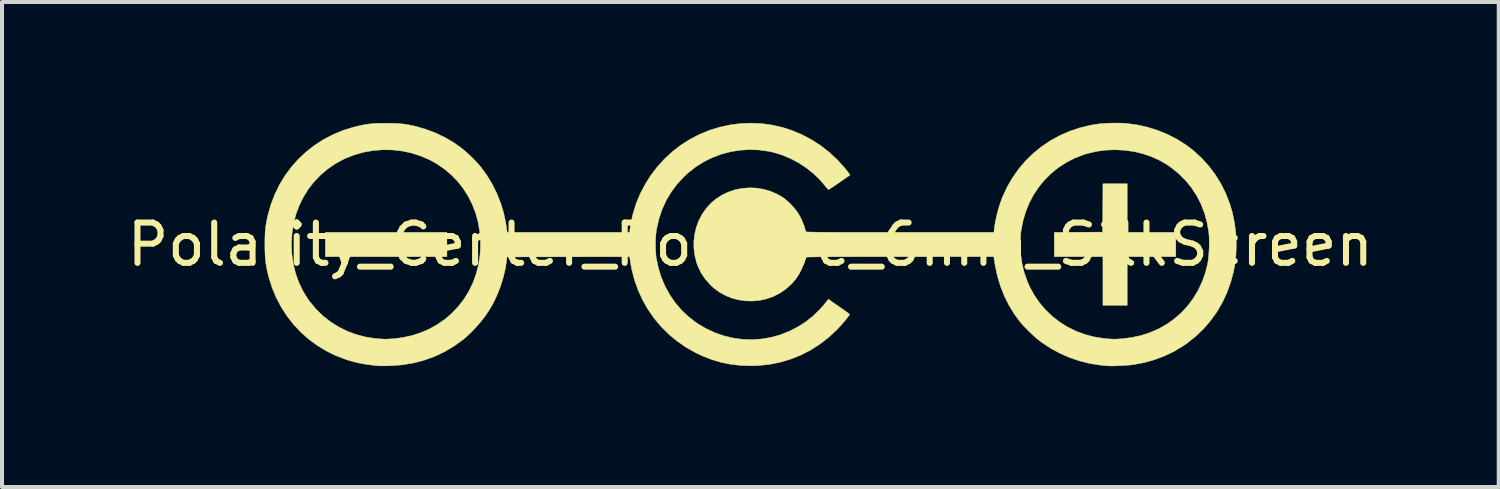
<source format=kicad_pcb>
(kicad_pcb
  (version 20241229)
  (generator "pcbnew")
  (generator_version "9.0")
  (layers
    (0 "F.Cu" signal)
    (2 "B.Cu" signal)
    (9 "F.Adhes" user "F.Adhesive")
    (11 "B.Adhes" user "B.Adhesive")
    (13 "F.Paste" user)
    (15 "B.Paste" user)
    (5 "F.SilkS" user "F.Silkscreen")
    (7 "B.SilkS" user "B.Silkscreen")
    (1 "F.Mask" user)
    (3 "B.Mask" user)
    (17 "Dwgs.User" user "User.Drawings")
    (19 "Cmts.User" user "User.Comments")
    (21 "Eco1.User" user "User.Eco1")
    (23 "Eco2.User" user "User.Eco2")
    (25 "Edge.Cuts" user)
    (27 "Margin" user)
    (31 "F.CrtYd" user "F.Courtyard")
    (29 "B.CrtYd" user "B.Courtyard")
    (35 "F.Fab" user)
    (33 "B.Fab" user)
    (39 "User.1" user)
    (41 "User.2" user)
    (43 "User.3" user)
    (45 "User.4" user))
  (footprint "Polarity_Center_Positive_6mm_SilkScreen"
    (layer "F.Cu")
    (at 15.577 3.02)
    (property "Reference" "Polarity_Center_Positive_6mm_SilkScreen" (at 0 0 0) (layer "F.SilkS") (effects (font (size 1 1) (thickness 0.15))))
    (attr exclude_from_pos_files exclude_from_bom allow_missing_courtyard)
    (fp_poly (pts (xy -7.532 0.302) (xy -10.55 0.302) (xy -10.55 -0.302) (xy -7.532 -0.302) (xy -7.532 0.302)) (stroke (width 0.01) (type solid)) (fill yes) (layer "F.SilkS"))
    (fp_poly (pts (xy 9.355 -0.302) (xy 10.562 -0.302) (xy 10.562 0.302) (xy 9.355 0.302) (xy 9.355 1.509) (xy 8.752 1.509) (xy 8.752 0.302) (xy 7.545 0.302) (xy 7.545 -0.302) (xy 8.145 -0.305) (xy 8.745 -0.308) (xy 8.749 -0.908) (xy 8.752 -1.509) (xy 9.355 -1.509) (xy 9.355 -0.302)) (stroke (width 0.01) (type solid)) (fill yes) (layer "F.SilkS"))
    (fp_poly (pts (xy 9.175 -3.015) (xy 9.284 -3.01) (xy 9.337 -3.006) (xy 9.605 -2.97) (xy 9.869 -2.911) (xy 10.125 -2.829) (xy 10.371 -2.727) (xy 10.606 -2.605) (xy 10.827 -2.464) (xy 11.002 -2.329) (xy 11.202 -2.146) (xy 11.382 -1.947) (xy 11.543 -1.733) (xy 11.684 -1.505) (xy 11.803 -1.264) (xy 11.901 -1.012) (xy 11.965 -0.798) (xy 12.018 -0.544) (xy 12.052 -0.282) (xy 12.064 -0.017) (xy 12.056 0.245) (xy 12.027 0.501) (xy 11.995 0.671) (xy 11.923 0.94) (xy 11.83 1.197) (xy 11.715 1.442) (xy 11.581 1.673) (xy 11.426 1.889) (xy 11.252 2.091) (xy 11.06 2.275) (xy 10.85 2.443) (xy 10.762 2.505) (xy 10.53 2.646) (xy 10.288 2.764) (xy 10.035 2.859) (xy 9.771 2.933) (xy 9.515 2.981) (xy 9.451 2.989) (xy 9.371 2.996) (xy 9.282 3.002) (xy 9.188 3.008) (xy 9.095 3.011) (xy 9.008 3.014) (xy 8.933 3.014) (xy 8.874 3.012) (xy 8.852 3.011) (xy 8.821 3.007) (xy 8.773 3.002) (xy 8.714 2.996) (xy 8.676 2.992) (xy 8.428 2.954) (xy 8.179 2.892) (xy 7.933 2.809) (xy 7.695 2.706) (xy 7.466 2.583) (xy 7.252 2.443) (xy 7.123 2.345) (xy 7.041 2.274) (xy 6.951 2.191) (xy 6.861 2.1) (xy 6.775 2.011) (xy 6.703 1.928) (xy 6.694 1.918) (xy 6.548 1.719) (xy 6.417 1.503) (xy 6.303 1.273) (xy 6.208 1.031) (xy 6.132 0.78) (xy 6.077 0.523) (xy 6.066 0.456) (xy 6.044 0.302) (xy 3.713 0.302) (xy 3.419 0.302) (xy 3.148 0.302) (xy 2.901 0.302) (xy 2.677 0.302) (xy 2.474 0.303) (xy 2.291 0.303) (xy 2.129 0.304) (xy 1.985 0.304) (xy 1.859 0.305) (xy 1.749 0.306) (xy 1.656 0.307) (xy 1.578 0.308) (xy 1.515 0.309) (xy 1.464 0.31) (xy 1.426 0.312) (xy 1.4 0.313) (xy 1.384 0.315) (xy 1.378 0.317) (xy 1.378 0.318) (xy 1.327 0.476) (xy 1.271 0.615) (xy 1.207 0.737) (xy 1.133 0.848) (xy 1.046 0.953) (xy 1.007 0.994) (xy 0.871 1.113) (xy 0.724 1.212) (xy 0.567 1.291) (xy 0.402 1.349) (xy 0.232 1.386) (xy 0.058 1.403) (xy -0.115 1.399) (xy -0.288 1.375) (xy -0.456 1.331) (xy -0.618 1.266) (xy -0.772 1.18) (xy -0.915 1.074) (xy -0.997 0.997) (xy -1.119 0.858) (xy -1.218 0.712) (xy -1.295 0.557) (xy -1.327 0.473) (xy -1.375 0.291) (xy -1.4 0.108) (xy -1.402 0.004) (xy 6.702 0.004) (xy 6.713 0.248) (xy 6.745 0.48) (xy 6.8 0.704) (xy 6.878 0.922) (xy 6.935 1.05) (xy 7.048 1.258) (xy 7.181 1.45) (xy 7.331 1.626) (xy 7.498 1.785) (xy 7.681 1.926) (xy 7.877 2.048) (xy 8.086 2.151) (xy 8.306 2.233) (xy 8.536 2.293) (xy 8.775 2.331) (xy 8.915 2.343) (xy 8.96 2.346) (xy 9 2.348) (xy 9.016 2.349) (xy 9.04 2.349) (xy 9.083 2.347) (xy 9.14 2.344) (xy 9.205 2.34) (xy 9.219 2.339) (xy 9.466 2.309) (xy 9.703 2.257) (xy 9.929 2.183) (xy 10.143 2.089) (xy 10.343 1.975) (xy 10.53 1.841) (xy 10.702 1.69) (xy 10.857 1.522) (xy 10.995 1.337) (xy 11.115 1.137) (xy 11.216 0.923) (xy 11.297 0.695) (xy 11.349 0.49) (xy 11.365 0.396) (xy 11.377 0.284) (xy 11.386 0.16) (xy 11.391 0.033) (xy 11.392 -0.091) (xy 11.388 -0.205) (xy 11.38 -0.298) (xy 11.338 -0.545) (xy 11.274 -0.779) (xy 11.188 -1.002) (xy 11.08 -1.212) (xy 10.952 -1.409) (xy 10.803 -1.592) (xy 10.634 -1.76) (xy 10.445 -1.913) (xy 10.361 -1.971) (xy 10.169 -2.085) (xy 9.963 -2.179) (xy 9.747 -2.253) (xy 9.522 -2.307) (xy 9.291 -2.34) (xy 9.058 -2.352) (xy 8.824 -2.343) (xy 8.592 -2.312) (xy 8.366 -2.259) (xy 8.274 -2.231) (xy 8.05 -2.144) (xy 7.841 -2.036) (xy 7.645 -1.909) (xy 7.465 -1.764) (xy 7.302 -1.601) (xy 7.156 -1.423) (xy 7.028 -1.23) (xy 6.92 -1.024) (xy 6.832 -0.805) (xy 6.765 -0.575) (xy 6.72 -0.335) (xy 6.715 -0.302) (xy 6.711 -0.25) (xy 6.707 -0.181) (xy 6.704 -0.103) (xy 6.702 -0.023) (xy 6.702 0.004) (xy -1.402 0.004) (xy -1.403 -0.074) (xy -1.383 -0.253) (xy -1.342 -0.427) (xy -1.28 -0.594) (xy -1.198 -0.751) (xy -1.096 -0.896) (xy -0.976 -1.028) (xy -0.864 -1.124) (xy -0.713 -1.223) (xy -0.551 -1.302) (xy -0.381 -1.359) (xy -0.205 -1.394) (xy -0.025 -1.408) (xy 0.154 -1.401) (xy 0.332 -1.371) (xy 0.506 -1.32) (xy 0.673 -1.247) (xy 0.811 -1.166) (xy 0.853 -1.135) (xy 0.904 -1.092) (xy 0.957 -1.045) (xy 0.99 -1.014) (xy 1.099 -0.897) (xy 1.19 -0.771) (xy 1.267 -0.632) (xy 1.33 -0.478) (xy 1.378 -0.318) (xy 1.383 -0.316) (xy 1.398 -0.314) (xy 1.423 -0.312) (xy 1.459 -0.311) (xy 1.508 -0.309) (xy 1.57 -0.308) (xy 1.646 -0.307) (xy 1.737 -0.306) (xy 1.845 -0.305) (xy 1.969 -0.304) (xy 2.11 -0.304) (xy 2.271 -0.303) (xy 2.451 -0.303) (xy 2.651 -0.302) (xy 2.873 -0.302) (xy 3.117 -0.302) (xy 3.384 -0.302) (xy 3.676 -0.302) (xy 6.046 -0.302) (xy 6.054 -0.38) (xy 6.077 -0.538) (xy 6.112 -0.707) (xy 6.157 -0.879) (xy 6.208 -1.044) (xy 6.257 -1.174) (xy 6.371 -1.422) (xy 6.506 -1.655) (xy 6.659 -1.873) (xy 6.83 -2.075) (xy 7.018 -2.259) (xy 7.221 -2.425) (xy 7.44 -2.573) (xy 7.672 -2.701) (xy 7.917 -2.809) (xy 8.173 -2.896) (xy 8.44 -2.961) (xy 8.593 -2.987) (xy 8.689 -2.999) (xy 8.803 -3.007) (xy 8.927 -3.013) (xy 9.053 -3.015) (xy 9.175 -3.015)) (stroke (width 0.01) (type solid)) (fill yes) (layer "F.SilkS"))
    (fp_poly (pts (xy 0.284 -3.001) (xy 0.547 -2.965) (xy 0.807 -2.905) (xy 1.012 -2.839) (xy 1.268 -2.734) (xy 1.512 -2.606) (xy 1.744 -2.457) (xy 1.961 -2.288) (xy 2.163 -2.1) (xy 2.349 -1.893) (xy 2.443 -1.772) (xy 2.477 -1.727) (xy 2.217 -1.546) (xy 2.145 -1.496) (xy 2.079 -1.452) (xy 2.023 -1.414) (xy 1.98 -1.386) (xy 1.951 -1.369) (xy 1.941 -1.364) (xy 1.927 -1.374) (xy 1.903 -1.398) (xy 1.876 -1.432) (xy 1.733 -1.602) (xy 1.57 -1.759) (xy 1.391 -1.902) (xy 1.198 -2.028) (xy 0.995 -2.136) (xy 0.783 -2.224) (xy 0.568 -2.289) (xy 0.458 -2.313) (xy 0.217 -2.347) (xy -0.023 -2.356) (xy -0.261 -2.341) (xy -0.494 -2.303) (xy -0.722 -2.242) (xy -0.943 -2.159) (xy -1.154 -2.055) (xy -1.354 -1.929) (xy -1.542 -1.782) (xy -1.66 -1.672) (xy -1.826 -1.49) (xy -1.969 -1.296) (xy -2.091 -1.09) (xy -2.191 -0.872) (xy -2.268 -0.641) (xy -2.324 -0.398) (xy -2.334 -0.34) (xy -2.346 -0.243) (xy -2.352 -0.129) (xy -2.355 -0.007) (xy -2.353 0.115) (xy -2.347 0.229) (xy -2.336 0.328) (xy -2.334 0.338) (xy -2.284 0.58) (xy -2.212 0.813) (xy -2.118 1.035) (xy -2.003 1.244) (xy -1.869 1.44) (xy -1.716 1.62) (xy -1.545 1.784) (xy -1.356 1.931) (xy -1.308 1.964) (xy -1.098 2.088) (xy -0.88 2.189) (xy -0.654 2.267) (xy -0.423 2.322) (xy -0.189 2.354) (xy 0.047 2.361) (xy 0.283 2.344) (xy 0.518 2.304) (xy 0.735 2.244) (xy 0.963 2.155) (xy 1.178 2.045) (xy 1.381 1.915) (xy 1.569 1.764) (xy 1.741 1.595) (xy 1.845 1.474) (xy 1.938 1.357) (xy 1.997 1.399) (xy 2.026 1.42) (xy 2.071 1.451) (xy 2.128 1.491) (xy 2.193 1.536) (xy 2.26 1.583) (xy 2.323 1.627) (xy 2.378 1.666) (xy 2.422 1.698) (xy 2.451 1.72) (xy 2.464 1.732) (xy 2.465 1.732) (xy 2.457 1.749) (xy 2.434 1.781) (xy 2.401 1.825) (xy 2.359 1.877) (xy 2.311 1.934) (xy 2.261 1.993) (xy 2.21 2.049) (xy 2.162 2.1) (xy 2.144 2.118) (xy 1.941 2.307) (xy 1.724 2.474) (xy 1.496 2.62) (xy 1.257 2.743) (xy 1.009 2.843) (xy 0.751 2.92) (xy 0.486 2.974) (xy 0.214 3.004) (xy 0.013 3.01) (xy -0.244 3.001) (xy -0.486 2.974) (xy -0.719 2.927) (xy -0.947 2.86) (xy -1.175 2.772) (xy -1.349 2.691) (xy -1.587 2.558) (xy -1.811 2.404) (xy -2.02 2.232) (xy -2.212 2.041) (xy -2.386 1.834) (xy -2.541 1.611) (xy -2.676 1.374) (xy -2.789 1.127) (xy -2.878 0.876) (xy -2.944 0.619) (xy -2.97 0.477) (xy -2.998 0.302) (xy -6.042 0.308) (xy -6.051 0.396) (xy -6.084 0.609) (xy -6.137 0.829) (xy -6.207 1.05) (xy -6.292 1.265) (xy -6.39 1.469) (xy -6.494 1.647) (xy -6.592 1.789) (xy -6.704 1.931) (xy -6.825 2.07) (xy -6.95 2.199) (xy -7.074 2.313) (xy -7.133 2.362) (xy -7.359 2.524) (xy -7.594 2.663) (xy -7.838 2.778) (xy -8.093 2.871) (xy -8.357 2.94) (xy -8.631 2.986) (xy -8.914 3.009) (xy -8.972 3.01) (xy -9.049 3.012) (xy -9.12 3.012) (xy -9.181 3.012) (xy -9.227 3.012) (xy -9.248 3.01) (xy -9.419 2.991) (xy -9.571 2.969) (xy -9.71 2.943) (xy -9.843 2.912) (xy -9.976 2.874) (xy -10.041 2.853) (xy -10.291 2.758) (xy -10.529 2.641) (xy -10.754 2.504) (xy -10.965 2.349) (xy -11.161 2.175) (xy -11.34 1.984) (xy -11.501 1.777) (xy -11.644 1.556) (xy -11.768 1.322) (xy -11.871 1.075) (xy -11.953 0.817) (xy -11.97 0.752) (xy -11.995 0.641) (xy -12.015 0.541) (xy -12.03 0.446) (xy -12.041 0.351) (xy -12.047 0.249) (xy -12.051 0.134) (xy -12.052 0) (xy -12.052 -0.006) (xy -11.392 -0.006) (xy -11.381 0.243) (xy -11.346 0.486) (xy -11.288 0.719) (xy -11.208 0.942) (xy -11.106 1.155) (xy -10.982 1.356) (xy -10.929 1.429) (xy -10.776 1.61) (xy -10.607 1.774) (xy -10.423 1.918) (xy -10.225 2.043) (xy -10.015 2.148) (xy -9.794 2.231) (xy -9.565 2.292) (xy -9.33 2.33) (xy -9.236 2.338) (xy -9.177 2.342) (xy -9.126 2.346) (xy -9.088 2.348) (xy -9.072 2.349) (xy -9.051 2.349) (xy -9.01 2.347) (xy -8.955 2.344) (xy -8.89 2.34) (xy -8.872 2.339) (xy -8.627 2.309) (xy -8.393 2.257) (xy -8.169 2.184) (xy -7.956 2.09) (xy -7.757 1.977) (xy -7.571 1.846) (xy -7.401 1.698) (xy -7.246 1.533) (xy -7.108 1.354) (xy -6.989 1.16) (xy -6.888 0.954) (xy -6.808 0.735) (xy -6.749 0.505) (xy -6.712 0.266) (xy -6.704 0.17) (xy -6.699 -0.079) (xy -6.718 -0.322) (xy -6.759 -0.557) (xy -6.821 -0.784) (xy -6.905 -1) (xy -7.009 -1.206) (xy -7.133 -1.399) (xy -7.276 -1.578) (xy -7.437 -1.742) (xy -7.616 -1.89) (xy -7.812 -2.021) (xy -7.966 -2.104) (xy -8.185 -2.199) (xy -8.412 -2.272) (xy -8.646 -2.321) (xy -8.883 -2.348) (xy -9.122 -2.352) (xy -9.361 -2.333) (xy -9.596 -2.292) (xy -9.826 -2.227) (xy -10.048 -2.14) (xy -10.094 -2.119) (xy -10.304 -2.005) (xy -10.497 -1.872) (xy -10.674 -1.722) (xy -10.833 -1.555) (xy -10.974 -1.374) (xy -11.096 -1.178) (xy -11.198 -0.97) (xy -11.28 -0.751) (xy -11.339 -0.522) (xy -11.377 -0.285) (xy -11.392 -0.039) (xy -11.392 -0.006) (xy -12.052 -0.006) (xy -12.051 -0.134) (xy -12.048 -0.249) (xy -12.041 -0.351) (xy -12.031 -0.446) (xy -12.016 -0.541) (xy -11.996 -0.641) (xy -11.975 -0.736) (xy -11.901 -0.997) (xy -11.805 -1.248) (xy -11.688 -1.486) (xy -11.551 -1.712) (xy -11.395 -1.922) (xy -11.222 -2.118) (xy -11.031 -2.297) (xy -10.825 -2.458) (xy -10.605 -2.602) (xy -10.37 -2.725) (xy -10.123 -2.829) (xy -9.865 -2.91) (xy -9.745 -2.94) (xy -9.642 -2.962) (xy -9.55 -2.98) (xy -9.465 -2.992) (xy -9.379 -3.001) (xy -9.288 -3.007) (xy -9.184 -3.01) (xy -9.063 -3.011) (xy -9.035 -3.011) (xy -8.9 -3.01) (xy -8.784 -3.006) (xy -8.681 -2.999) (xy -8.584 -2.988) (xy -8.486 -2.972) (xy -8.383 -2.951) (xy -8.312 -2.935) (xy -8.067 -2.865) (xy -7.825 -2.774) (xy -7.591 -2.663) (xy -7.37 -2.534) (xy -7.178 -2.399) (xy -7.087 -2.324) (xy -6.988 -2.236) (xy -6.889 -2.141) (xy -6.796 -2.045) (xy -6.716 -1.954) (xy -6.696 -1.93) (xy -6.545 -1.725) (xy -6.411 -1.504) (xy -6.295 -1.272) (xy -6.199 -1.031) (xy -6.124 -0.786) (xy -6.072 -0.54) (xy -6.061 -0.465) (xy -6.054 -0.413) (xy -6.047 -0.367) (xy -6.042 -0.335) (xy -6.041 -0.33) (xy -6.035 -0.302) (xy -2.993 -0.302) (xy -2.993 -0.332) (xy -2.99 -0.364) (xy -2.983 -0.415) (xy -2.972 -0.48) (xy -2.959 -0.553) (xy -2.944 -0.627) (xy -2.929 -0.699) (xy -2.914 -0.761) (xy -2.911 -0.772) (xy -2.834 -1.02) (xy -2.733 -1.263) (xy -2.61 -1.497) (xy -2.468 -1.721) (xy -2.306 -1.932) (xy -2.127 -2.129) (xy -1.932 -2.309) (xy -1.735 -2.462) (xy -1.507 -2.607) (xy -1.269 -2.731) (xy -1.022 -2.833) (xy -0.768 -2.912) (xy -0.508 -2.969) (xy -0.245 -3.003) (xy 0.019 -3.014) (xy 0.284 -3.001)) (stroke (width 0.01) (type solid)) (fill yes) (layer "F.SilkS")))
  (gr_rect
    (start -3 -3)
    (end 34.155 9.04)
    (stroke (width 0.1) (type default))
    (fill no)
    (layer "Edge.Cuts")))
</source>
